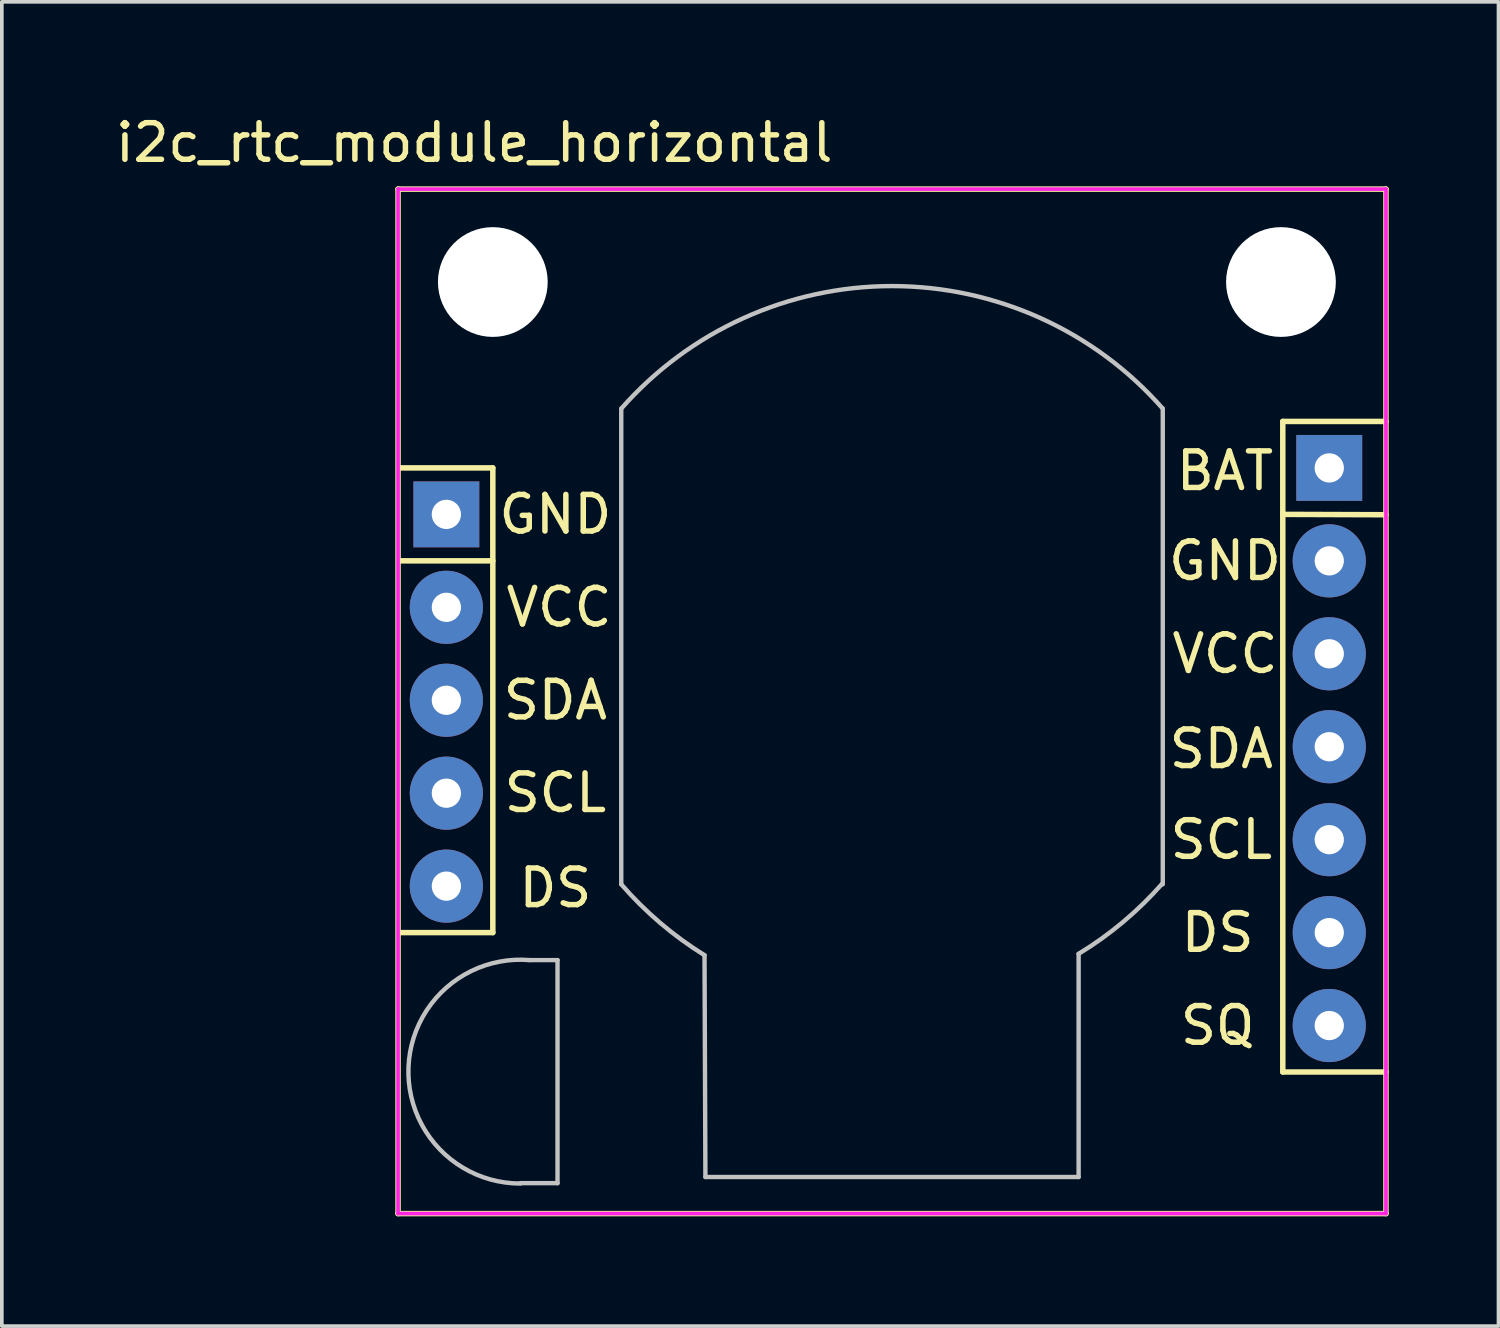
<source format=kicad_pcb>
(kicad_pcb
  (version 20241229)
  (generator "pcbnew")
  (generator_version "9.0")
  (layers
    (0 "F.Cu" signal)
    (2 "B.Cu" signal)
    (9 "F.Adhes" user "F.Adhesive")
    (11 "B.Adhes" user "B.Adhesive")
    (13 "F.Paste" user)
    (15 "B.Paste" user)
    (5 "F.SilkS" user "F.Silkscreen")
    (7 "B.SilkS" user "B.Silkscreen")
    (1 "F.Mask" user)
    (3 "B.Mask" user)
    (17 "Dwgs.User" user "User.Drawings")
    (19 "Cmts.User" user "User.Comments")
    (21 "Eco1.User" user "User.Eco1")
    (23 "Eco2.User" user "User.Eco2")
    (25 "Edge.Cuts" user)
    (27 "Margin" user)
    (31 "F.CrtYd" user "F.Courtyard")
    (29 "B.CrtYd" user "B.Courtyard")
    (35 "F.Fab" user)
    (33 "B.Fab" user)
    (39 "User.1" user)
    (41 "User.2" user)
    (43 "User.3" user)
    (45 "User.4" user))
  (footprint "i2c_rtc_module_horizontal"
    (layer "F.Cu")
    (at 9.149 11.008)
    (property "Reference" "i2c_rtc_module_horizontal" (at 0.762 -10.16 0) (layer "F.SilkS") (effects (font (size 1 1) (thickness 0.15))))
    (attr through_hole)
    (fp_line (start -1.32 -8.89) (end -1.32 19.11) (stroke (width 0.15) (type solid)) (layer "F.SilkS"))
    (fp_line (start -1.32 19.11) (end 25.68 19.11) (stroke (width 0.15) (type solid)) (layer "F.SilkS"))
    (fp_line (start -1.27 -1.27) (end 1.27 -1.27) (stroke (width 0.15) (type solid)) (layer "F.SilkS"))
    (fp_line (start 1.27 -1.27) (end 1.27 11.43) (stroke (width 0.15) (type solid)) (layer "F.SilkS"))
    (fp_line (start 1.27 1.27) (end -1.27 1.27) (stroke (width 0.15) (type solid)) (layer "F.SilkS"))
    (fp_line (start 1.27 11.43) (end -1.27 11.43) (stroke (width 0.15) (type solid)) (layer "F.SilkS"))
    (fp_line (start 22.86 -2.54) (end 22.86 15.24) (stroke (width 0.15) (type solid)) (layer "F.SilkS"))
    (fp_line (start 22.86 0) (end 25.68 0.01) (stroke (width 0.15) (type solid)) (layer "F.SilkS"))
    (fp_line (start 22.86 15.24) (end 25.68 15.24) (stroke (width 0.15) (type solid)) (layer "F.SilkS"))
    (fp_line (start 25.68 -8.89) (end -1.32 -8.89) (stroke (width 0.15) (type solid)) (layer "F.SilkS"))
    (fp_line (start 25.68 -2.54) (end 22.86 -2.54) (stroke (width 0.15) (type solid)) (layer "F.SilkS"))
    (fp_line (start 25.68 19.11) (end 25.68 -8.89) (stroke (width 0.15) (type solid)) (layer "F.SilkS"))
    (fp_line (start 2.022 18.278) (end 3.038 18.278) (stroke (width 0.12) (type solid)) (layer "Dwgs.User"))
    (fp_line (start 2.276 12.182) (end 3.038 12.182) (stroke (width 0.12) (type solid)) (layer "Dwgs.User"))
    (fp_line (start 3.038 12.182) (end 3.038 18.278) (stroke (width 0.12) (type solid)) (layer "Dwgs.User"))
    (fp_line (start 4.78 -2.89) (end 4.78 10.11) (stroke (width 0.12) (type solid)) (layer "Dwgs.User"))
    (fp_line (start 7.056 12.049) (end 7.08 18.11) (stroke (width 0.12) (type solid)) (layer "Dwgs.User"))
    (fp_line (start 7.08 18.11) (end 17.28 18.11) (stroke (width 0.12) (type solid)) (layer "Dwgs.User"))
    (fp_line (start 17.28 18.11) (end 17.28 12.01) (stroke (width 0.12) (type solid)) (layer "Dwgs.User"))
    (fp_line (start 19.58 -2.89) (end 19.58 10.11) (stroke (width 0.12) (type solid)) (layer "Dwgs.User"))
    (fp_arc (start 2.022 18.288565) (mid -1.033923 15.10289) (end 2.276 12.182) (stroke (width 0.12) (type solid)) (layer "Dwgs.User"))
    (fp_arc (start 4.78 -2.889999) (mid 12.179999 -6.239365) (end 19.579999 -2.89) (stroke (width 0.12) (type solid)) (layer "Dwgs.User"))
    (fp_arc (start 7.05608 12.04864) (mid 5.84462 11.16552) (end 4.780001 10.11) (stroke (width 0.12) (type solid)) (layer "Dwgs.User"))
    (fp_arc (start 19.563198 10.095242) (mid 18.494596 11.139665) (end 17.279999 12.009999) (stroke (width 0.12) (type solid)) (layer "Dwgs.User"))
    (fp_line (start -1.32 -8.89) (end -1.32 19.11) (stroke (width 0.1) (type solid)) (layer "F.CrtYd"))
    (fp_line (start -1.32 19.11) (end 25.68 19.11) (stroke (width 0.1) (type solid)) (layer "F.CrtYd"))
    (fp_line (start 25.68 -8.89) (end -1.32 -8.89) (stroke (width 0.1) (type solid)) (layer "F.CrtYd"))
    (fp_line (start 25.68 19.11) (end 25.68 -8.89) (stroke (width 0.1) (type solid)) (layer "F.CrtYd"))
    (fp_text user "DS" (at 2.98 10.21 0) (layer "F.SilkS") (effects (font (size 1 1) (thickness 0.15))))
    (fp_text user "SDA" (at 21.18 6.41 0) (layer "F.SilkS") (effects (font (size 1 1) (thickness 0.15))))
    (fp_text user "SQ" (at 21.08 13.97 0) (layer "F.SilkS") (effects (font (size 1 1) (thickness 0.15))))
    (fp_text user "DS" (at 21.08 11.43 0) (layer "F.SilkS") (effects (font (size 1 1) (thickness 0.15))))
    (fp_text user "SCL" (at 21.18 8.89 0) (layer "F.SilkS") (effects (font (size 1 1) (thickness 0.15))))
    (fp_text user "BAT" (at 21.28 -1.19 0) (layer "F.SilkS") (effects (font (size 1 1) (thickness 0.15))))
    (fp_text user "GND" (at 2.98 0 0) (layer "F.SilkS") (effects (font (size 1 1) (thickness 0.15))))
    (fp_text user "VCC" (at 21.28 3.81 0) (layer "F.SilkS") (effects (font (size 1 1) (thickness 0.15))))
    (fp_text user "SDA" (at 2.98 5.08 0) (layer "F.SilkS") (effects (font (size 1 1) (thickness 0.15))))
    (fp_text user "VCC" (at 3.08 2.54 0) (layer "F.SilkS") (effects (font (size 1 1) (thickness 0.15))))
    (fp_text user "SCL" (at 2.98 7.61 0) (layer "F.SilkS") (effects (font (size 1 1) (thickness 0.15))))
    (fp_text user "GND" (at 21.28 1.27 0) (layer "F.SilkS") (effects (font (size 1 1) (thickness 0.15))))
    (pad "" np_thru_hole circle (at 1.27 -6.35) (size 3 3) (drill 3) (layers "*.Cu" "*.Mask"))
    (pad "" np_thru_hole circle (at 22.81 -6.35) (size 3 3) (drill 3) (layers "*.Cu" "*.Mask"))
    (pad "1" thru_hole rect (at 24.13 -1.27) (size 1.8 1.8) (drill 0.8) (layers "*.Cu" "*.Mask"))
    (pad "2" thru_hole circle (at 24.13 1.27) (size 2 2) (drill 0.8) (layers "*.Cu" "*.Mask"))
    (pad "3" thru_hole circle (at 24.13 3.81) (size 2 2) (drill 0.8) (layers "*.Cu" "*.Mask"))
    (pad "4" thru_hole circle (at 24.13 6.35) (size 2 2) (drill 0.8) (layers "*.Cu" "*.Mask"))
    (pad "5" thru_hole circle (at 24.13 8.89) (size 2 2) (drill 0.8) (layers "*.Cu" "*.Mask"))
    (pad "6" thru_hole circle (at 24.13 11.43) (size 2 2) (drill 0.8) (layers "*.Cu" "*.Mask"))
    (pad "7" thru_hole circle (at 24.13 13.97) (size 2 2) (drill 0.8) (layers "*.Cu" "*.Mask"))
    (pad "9" thru_hole rect (at 0 0) (size 1.8 1.8) (drill 0.8) (layers "*.Cu" "*.Mask"))
    (pad "10" thru_hole circle (at 0 2.54) (size 2 2) (drill 0.8) (layers "*.Cu" "*.Mask"))
    (pad "11" thru_hole circle (at 0 5.08) (size 2 2) (drill 0.8) (layers "*.Cu" "*.Mask"))
    (pad "12" thru_hole circle (at 0 7.62) (size 2 2) (drill 0.8) (layers "*.Cu" "*.Mask"))
    (pad "13" thru_hole circle (at 0 10.16) (size 2 2) (drill 0.8) (layers "*.Cu" "*.Mask")))
  (gr_rect
    (start -3 -3)
    (end 37.904 33.193)
    (stroke (width 0.1) (type default))
    (fill no)
    (layer "Edge.Cuts")))
</source>
